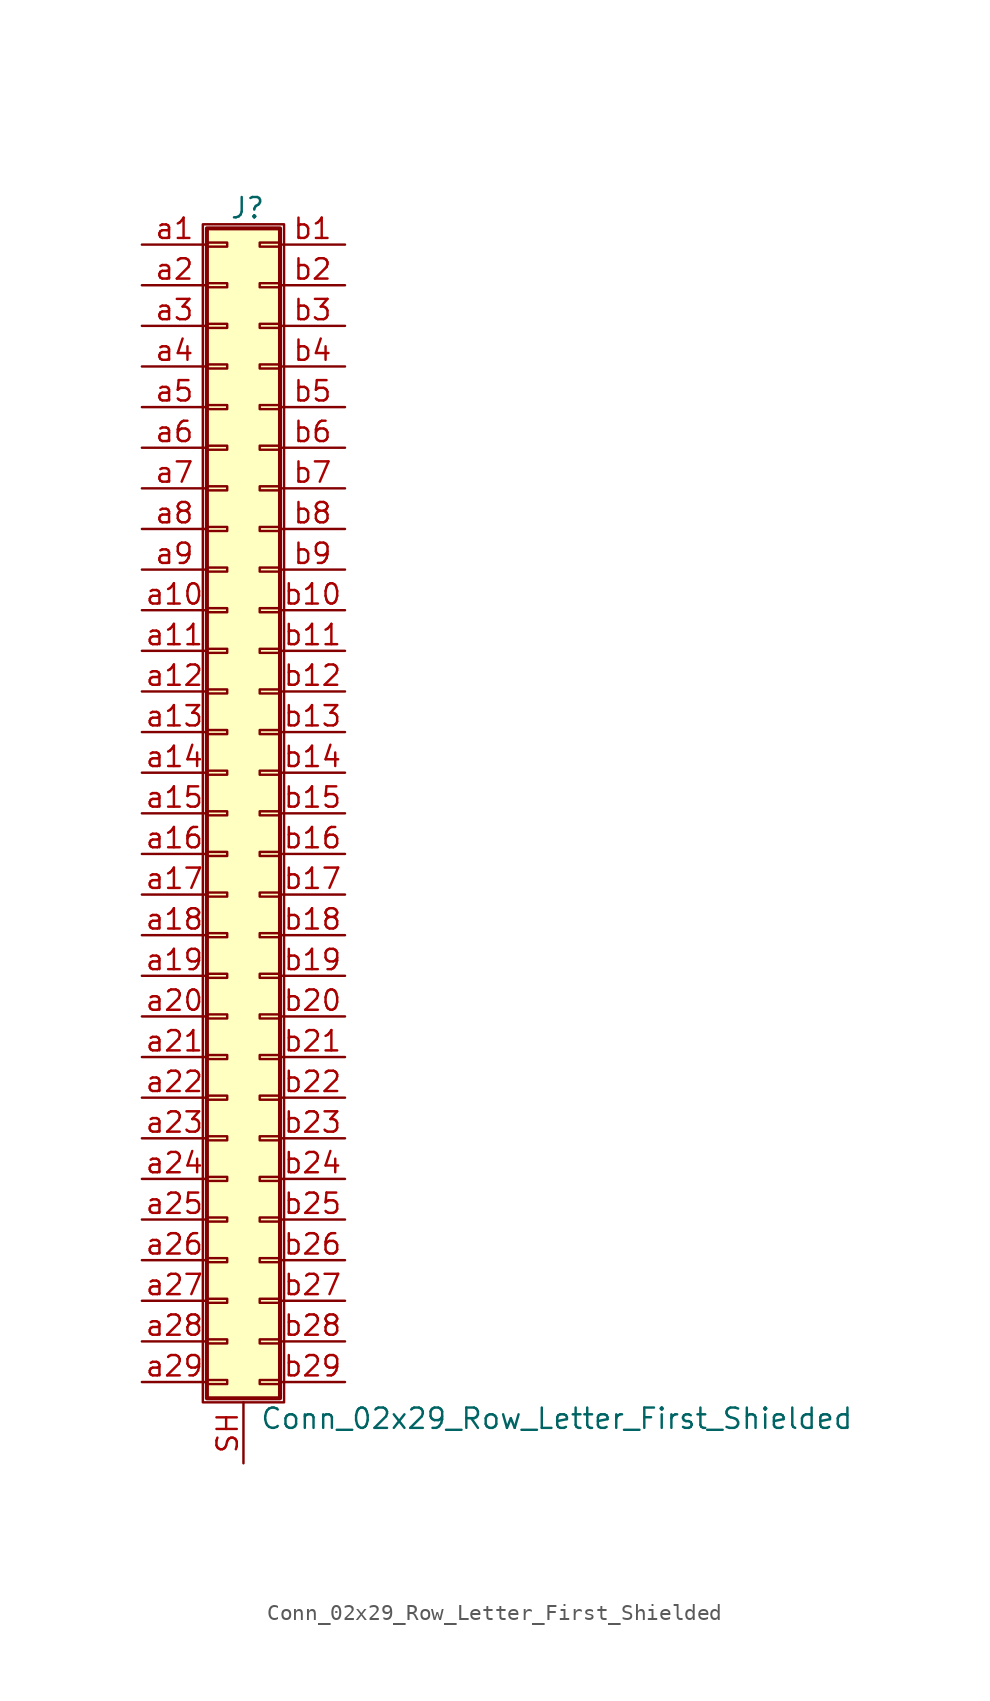
<source format=kicad_sym>
(kicad_symbol_lib
  (version 20211014)
  (generator kicad_symbol_editor)
  (symbol "Conn_02x29_Row_Letter_First_Shielded"
    (pin_names
      (offset 1.016) hide)
    (property "Reference" "J"
      (at 1.524 37.846 0)
      (effects (font (size 1.27 1.27))))
    (property "Value" "Conn_02x29_Row_Letter_First_Shielded"
      (at 2.286 -37.846 0)
      (effects (font (size 1.27 1.27)) (justify left)))
    (symbol "Conn_02x29_Row_Letter_First_Shielded_1_1"
      (rectangle (start -1.27 36.83) (end 3.81 -36.83) (stroke (width 0.152) (type default) (color 0 0 0 0)) (fill (type none)))
      (rectangle (start -1.016 -35.433) (end 0.254 -35.687) (stroke (width 0.152) (type default) (color 0 0 0 0)) (fill (type none)))
      (rectangle (start -1.016 -32.893) (end 0.254 -33.147) (stroke (width 0.152) (type default) (color 0 0 0 0)) (fill (type none)))
      (rectangle (start -1.016 -30.353) (end 0.254 -30.607) (stroke (width 0.152) (type default) (color 0 0 0 0)) (fill (type none)))
      (rectangle (start -1.016 -27.813) (end 0.254 -28.067) (stroke (width 0.152) (type default) (color 0 0 0 0)) (fill (type none)))
      (rectangle (start -1.016 -25.273) (end 0.254 -25.527) (stroke (width 0.152) (type default) (color 0 0 0 0)) (fill (type none)))
      (rectangle (start -1.016 -22.733) (end 0.254 -22.987) (stroke (width 0.152) (type default) (color 0 0 0 0)) (fill (type none)))
      (rectangle (start -1.016 -20.193) (end 0.254 -20.447) (stroke (width 0.152) (type default) (color 0 0 0 0)) (fill (type none)))
      (rectangle (start -1.016 -17.653) (end 0.254 -17.907) (stroke (width 0.152) (type default) (color 0 0 0 0)) (fill (type none)))
      (rectangle (start -1.016 -15.113) (end 0.254 -15.367) (stroke (width 0.152) (type default) (color 0 0 0 0)) (fill (type none)))
      (rectangle (start -1.016 -12.573) (end 0.254 -12.827) (stroke (width 0.152) (type default) (color 0 0 0 0)) (fill (type none)))
      (rectangle (start -1.016 -10.033) (end 0.254 -10.287) (stroke (width 0.152) (type default) (color 0 0 0 0)) (fill (type none)))
      (rectangle (start -1.016 -7.493) (end 0.254 -7.747) (stroke (width 0.152) (type default) (color 0 0 0 0)) (fill (type none)))
      (rectangle (start -1.016 -4.953) (end 0.254 -5.207) (stroke (width 0.152) (type default) (color 0 0 0 0)) (fill (type none)))
      (rectangle (start -1.016 -2.413) (end 0.254 -2.667) (stroke (width 0.152) (type default) (color 0 0 0 0)) (fill (type none)))
      (rectangle (start -1.016 0.127) (end 0.254 -0.127) (stroke (width 0.152) (type default) (color 0 0 0 0)) (fill (type none)))
      (rectangle (start -1.016 2.667) (end 0.254 2.413) (stroke (width 0.152) (type default) (color 0 0 0 0)) (fill (type none)))
      (rectangle (start -1.016 5.207) (end 0.254 4.953) (stroke (width 0.152) (type default) (color 0 0 0 0)) (fill (type none)))
      (rectangle (start -1.016 7.747) (end 0.254 7.493) (stroke (width 0.152) (type default) (color 0 0 0 0)) (fill (type none)))
      (rectangle (start -1.016 10.287) (end 0.254 10.033) (stroke (width 0.152) (type default) (color 0 0 0 0)) (fill (type none)))
      (rectangle (start -1.016 12.827) (end 0.254 12.573) (stroke (width 0.152) (type default) (color 0 0 0 0)) (fill (type none)))
      (rectangle (start -1.016 15.367) (end 0.254 15.113) (stroke (width 0.152) (type default) (color 0 0 0 0)) (fill (type none)))
      (rectangle (start -1.016 17.907) (end 0.254 17.653) (stroke (width 0.152) (type default) (color 0 0 0 0)) (fill (type none)))
      (rectangle (start -1.016 20.447) (end 0.254 20.193) (stroke (width 0.152) (type default) (color 0 0 0 0)) (fill (type none)))
      (rectangle (start -1.016 22.987) (end 0.254 22.733) (stroke (width 0.152) (type default) (color 0 0 0 0)) (fill (type none)))
      (rectangle (start -1.016 25.527) (end 0.254 25.273) (stroke (width 0.152) (type default) (color 0 0 0 0)) (fill (type none)))
      (rectangle (start -1.016 28.067) (end 0.254 27.813) (stroke (width 0.152) (type default) (color 0 0 0 0)) (fill (type none)))
      (rectangle (start -1.016 30.607) (end 0.254 30.353) (stroke (width 0.152) (type default) (color 0 0 0 0)) (fill (type none)))
      (rectangle (start -1.016 33.147) (end 0.254 32.893) (stroke (width 0.152) (type default) (color 0 0 0 0)) (fill (type none)))
      (rectangle (start -1.016 35.687) (end 0.254 35.433) (stroke (width 0.152) (type default) (color 0 0 0 0)) (fill (type none)))
      (rectangle (start -1.016 36.576) (end 3.556 -36.576) (stroke (width 0.254) (type default) (color 0 0 0 0)) (fill (type background)))
      (rectangle (start 3.556 -35.433) (end 2.286 -35.687) (stroke (width 0.152) (type default) (color 0 0 0 0)) (fill (type none)))
      (rectangle (start 3.556 -32.893) (end 2.286 -33.147) (stroke (width 0.152) (type default) (color 0 0 0 0)) (fill (type none)))
      (rectangle (start 3.556 -30.353) (end 2.286 -30.607) (stroke (width 0.152) (type default) (color 0 0 0 0)) (fill (type none)))
      (rectangle (start 3.556 -27.813) (end 2.286 -28.067) (stroke (width 0.152) (type default) (color 0 0 0 0)) (fill (type none)))
      (rectangle (start 3.556 -25.273) (end 2.286 -25.527) (stroke (width 0.152) (type default) (color 0 0 0 0)) (fill (type none)))
      (rectangle (start 3.556 -22.733) (end 2.286 -22.987) (stroke (width 0.152) (type default) (color 0 0 0 0)) (fill (type none)))
      (rectangle (start 3.556 -20.193) (end 2.286 -20.447) (stroke (width 0.152) (type default) (color 0 0 0 0)) (fill (type none)))
      (rectangle (start 3.556 -17.653) (end 2.286 -17.907) (stroke (width 0.152) (type default) (color 0 0 0 0)) (fill (type none)))
      (rectangle (start 3.556 -15.113) (end 2.286 -15.367) (stroke (width 0.152) (type default) (color 0 0 0 0)) (fill (type none)))
      (rectangle (start 3.556 -12.573) (end 2.286 -12.827) (stroke (width 0.152) (type default) (color 0 0 0 0)) (fill (type none)))
      (rectangle (start 3.556 -10.033) (end 2.286 -10.287) (stroke (width 0.152) (type default) (color 0 0 0 0)) (fill (type none)))
      (rectangle (start 3.556 -7.493) (end 2.286 -7.747) (stroke (width 0.152) (type default) (color 0 0 0 0)) (fill (type none)))
      (rectangle (start 3.556 -4.953) (end 2.286 -5.207) (stroke (width 0.152) (type default) (color 0 0 0 0)) (fill (type none)))
      (rectangle (start 3.556 -2.413) (end 2.286 -2.667) (stroke (width 0.152) (type default) (color 0 0 0 0)) (fill (type none)))
      (rectangle (start 3.556 0.127) (end 2.286 -0.127) (stroke (width 0.152) (type default) (color 0 0 0 0)) (fill (type none)))
      (rectangle (start 3.556 2.667) (end 2.286 2.413) (stroke (width 0.152) (type default) (color 0 0 0 0)) (fill (type none)))
      (rectangle (start 3.556 5.207) (end 2.286 4.953) (stroke (width 0.152) (type default) (color 0 0 0 0)) (fill (type none)))
      (rectangle (start 3.556 7.747) (end 2.286 7.493) (stroke (width 0.152) (type default) (color 0 0 0 0)) (fill (type none)))
      (rectangle (start 3.556 10.287) (end 2.286 10.033) (stroke (width 0.152) (type default) (color 0 0 0 0)) (fill (type none)))
      (rectangle (start 3.556 12.827) (end 2.286 12.573) (stroke (width 0.152) (type default) (color 0 0 0 0)) (fill (type none)))
      (rectangle (start 3.556 15.367) (end 2.286 15.113) (stroke (width 0.152) (type default) (color 0 0 0 0)) (fill (type none)))
      (rectangle (start 3.556 17.907) (end 2.286 17.653) (stroke (width 0.152) (type default) (color 0 0 0 0)) (fill (type none)))
      (rectangle (start 3.556 20.447) (end 2.286 20.193) (stroke (width 0.152) (type default) (color 0 0 0 0)) (fill (type none)))
      (rectangle (start 3.556 22.987) (end 2.286 22.733) (stroke (width 0.152) (type default) (color 0 0 0 0)) (fill (type none)))
      (rectangle (start 3.556 25.527) (end 2.286 25.273) (stroke (width 0.152) (type default) (color 0 0 0 0)) (fill (type none)))
      (rectangle (start 3.556 28.067) (end 2.286 27.813) (stroke (width 0.152) (type default) (color 0 0 0 0)) (fill (type none)))
      (rectangle (start 3.556 30.607) (end 2.286 30.353) (stroke (width 0.152) (type default) (color 0 0 0 0)) (fill (type none)))
      (rectangle (start 3.556 33.147) (end 2.286 32.893) (stroke (width 0.152) (type default) (color 0 0 0 0)) (fill (type none)))
      (rectangle (start 3.556 35.687) (end 2.286 35.433) (stroke (width 0.152) (type default) (color 0 0 0 0)) (fill (type none)))
      (pin passive line (at 1.27 -40.64 90) (length 3.81) (name "Shield" (effects (font (size 1.27 1.27)))) (number "SH" (effects (font (size 1.27 1.27)))))
      (pin passive line (at -5.08 35.56 0) (length 4.064) (name "Pin_a1" (effects (font (size 1.27 1.27)))) (number "a1" (effects (font (size 1.27 1.27)))))
      (pin passive line (at -5.08 12.7 0) (length 4.064) (name "Pin_a10" (effects (font (size 1.27 1.27)))) (number "a10" (effects (font (size 1.27 1.27)))))
      (pin passive line (at -5.08 10.16 0) (length 4.064) (name "Pin_a11" (effects (font (size 1.27 1.27)))) (number "a11" (effects (font (size 1.27 1.27)))))
      (pin passive line (at -5.08 7.62 0) (length 4.064) (name "Pin_a12" (effects (font (size 1.27 1.27)))) (number "a12" (effects (font (size 1.27 1.27)))))
      (pin passive line (at -5.08 5.08 0) (length 4.064) (name "Pin_a13" (effects (font (size 1.27 1.27)))) (number "a13" (effects (font (size 1.27 1.27)))))
      (pin passive line (at -5.08 2.54 0) (length 4.064) (name "Pin_a14" (effects (font (size 1.27 1.27)))) (number "a14" (effects (font (size 1.27 1.27)))))
      (pin passive line (at -5.08 0 0) (length 4.064) (name "Pin_a15" (effects (font (size 1.27 1.27)))) (number "a15" (effects (font (size 1.27 1.27)))))
      (pin passive line (at -5.08 -2.54 0) (length 4.064) (name "Pin_a16" (effects (font (size 1.27 1.27)))) (number "a16" (effects (font (size 1.27 1.27)))))
      (pin passive line (at -5.08 -5.08 0) (length 4.064) (name "Pin_a17" (effects (font (size 1.27 1.27)))) (number "a17" (effects (font (size 1.27 1.27)))))
      (pin passive line (at -5.08 -7.62 0) (length 4.064) (name "Pin_a18" (effects (font (size 1.27 1.27)))) (number "a18" (effects (font (size 1.27 1.27)))))
      (pin passive line (at -5.08 -10.16 0) (length 4.064) (name "Pin_a19" (effects (font (size 1.27 1.27)))) (number "a19" (effects (font (size 1.27 1.27)))))
      (pin passive line (at -5.08 33.02 0) (length 4.064) (name "Pin_a2" (effects (font (size 1.27 1.27)))) (number "a2" (effects (font (size 1.27 1.27)))))
      (pin passive line (at -5.08 -12.7 0) (length 4.064) (name "Pin_a20" (effects (font (size 1.27 1.27)))) (number "a20" (effects (font (size 1.27 1.27)))))
      (pin passive line (at -5.08 -15.24 0) (length 4.064) (name "Pin_a21" (effects (font (size 1.27 1.27)))) (number "a21" (effects (font (size 1.27 1.27)))))
      (pin passive line (at -5.08 -17.78 0) (length 4.064) (name "Pin_a22" (effects (font (size 1.27 1.27)))) (number "a22" (effects (font (size 1.27 1.27)))))
      (pin passive line (at -5.08 -20.32 0) (length 4.064) (name "Pin_a23" (effects (font (size 1.27 1.27)))) (number "a23" (effects (font (size 1.27 1.27)))))
      (pin passive line (at -5.08 -22.86 0) (length 4.064) (name "Pin_a24" (effects (font (size 1.27 1.27)))) (number "a24" (effects (font (size 1.27 1.27)))))
      (pin passive line (at -5.08 -25.4 0) (length 4.064) (name "Pin_a25" (effects (font (size 1.27 1.27)))) (number "a25" (effects (font (size 1.27 1.27)))))
      (pin passive line (at -5.08 -27.94 0) (length 4.064) (name "Pin_a26" (effects (font (size 1.27 1.27)))) (number "a26" (effects (font (size 1.27 1.27)))))
      (pin passive line (at -5.08 -30.48 0) (length 4.064) (name "Pin_a27" (effects (font (size 1.27 1.27)))) (number "a27" (effects (font (size 1.27 1.27)))))
      (pin passive line (at -5.08 -33.02 0) (length 4.064) (name "Pin_a28" (effects (font (size 1.27 1.27)))) (number "a28" (effects (font (size 1.27 1.27)))))
      (pin passive line (at -5.08 -35.56 0) (length 4.064) (name "Pin_a29" (effects (font (size 1.27 1.27)))) (number "a29" (effects (font (size 1.27 1.27)))))
      (pin passive line (at -5.08 30.48 0) (length 4.064) (name "Pin_a3" (effects (font (size 1.27 1.27)))) (number "a3" (effects (font (size 1.27 1.27)))))
      (pin passive line (at -5.08 27.94 0) (length 4.064) (name "Pin_a4" (effects (font (size 1.27 1.27)))) (number "a4" (effects (font (size 1.27 1.27)))))
      (pin passive line (at -5.08 25.4 0) (length 4.064) (name "Pin_a5" (effects (font (size 1.27 1.27)))) (number "a5" (effects (font (size 1.27 1.27)))))
      (pin passive line (at -5.08 22.86 0) (length 4.064) (name "Pin_a6" (effects (font (size 1.27 1.27)))) (number "a6" (effects (font (size 1.27 1.27)))))
      (pin passive line (at -5.08 20.32 0) (length 4.064) (name "Pin_a7" (effects (font (size 1.27 1.27)))) (number "a7" (effects (font (size 1.27 1.27)))))
      (pin passive line (at -5.08 17.78 0) (length 4.064) (name "Pin_a8" (effects (font (size 1.27 1.27)))) (number "a8" (effects (font (size 1.27 1.27)))))
      (pin passive line (at -5.08 15.24 0) (length 4.064) (name "Pin_a9" (effects (font (size 1.27 1.27)))) (number "a9" (effects (font (size 1.27 1.27)))))
      (pin passive line (at 7.62 35.56 180) (length 4.064) (name "Pin_b1" (effects (font (size 1.27 1.27)))) (number "b1" (effects (font (size 1.27 1.27)))))
      (pin passive line (at 7.62 12.7 180) (length 4.064) (name "Pin_b10" (effects (font (size 1.27 1.27)))) (number "b10" (effects (font (size 1.27 1.27)))))
      (pin passive line (at 7.62 10.16 180) (length 4.064) (name "Pin_b11" (effects (font (size 1.27 1.27)))) (number "b11" (effects (font (size 1.27 1.27)))))
      (pin passive line (at 7.62 7.62 180) (length 4.064) (name "Pin_b12" (effects (font (size 1.27 1.27)))) (number "b12" (effects (font (size 1.27 1.27)))))
      (pin passive line (at 7.62 5.08 180) (length 4.064) (name "Pin_b13" (effects (font (size 1.27 1.27)))) (number "b13" (effects (font (size 1.27 1.27)))))
      (pin passive line (at 7.62 2.54 180) (length 4.064) (name "Pin_b14" (effects (font (size 1.27 1.27)))) (number "b14" (effects (font (size 1.27 1.27)))))
      (pin passive line (at 7.62 0 180) (length 4.064) (name "Pin_b15" (effects (font (size 1.27 1.27)))) (number "b15" (effects (font (size 1.27 1.27)))))
      (pin passive line (at 7.62 -2.54 180) (length 4.064) (name "Pin_b16" (effects (font (size 1.27 1.27)))) (number "b16" (effects (font (size 1.27 1.27)))))
      (pin passive line (at 7.62 -5.08 180) (length 4.064) (name "Pin_b17" (effects (font (size 1.27 1.27)))) (number "b17" (effects (font (size 1.27 1.27)))))
      (pin passive line (at 7.62 -7.62 180) (length 4.064) (name "Pin_b18" (effects (font (size 1.27 1.27)))) (number "b18" (effects (font (size 1.27 1.27)))))
      (pin passive line (at 7.62 -10.16 180) (length 4.064) (name "Pin_b19" (effects (font (size 1.27 1.27)))) (number "b19" (effects (font (size 1.27 1.27)))))
      (pin passive line (at 7.62 33.02 180) (length 4.064) (name "Pin_b2" (effects (font (size 1.27 1.27)))) (number "b2" (effects (font (size 1.27 1.27)))))
      (pin passive line (at 7.62 -12.7 180) (length 4.064) (name "Pin_b20" (effects (font (size 1.27 1.27)))) (number "b20" (effects (font (size 1.27 1.27)))))
      (pin passive line (at 7.62 -15.24 180) (length 4.064) (name "Pin_b21" (effects (font (size 1.27 1.27)))) (number "b21" (effects (font (size 1.27 1.27)))))
      (pin passive line (at 7.62 -17.78 180) (length 4.064) (name "Pin_b22" (effects (font (size 1.27 1.27)))) (number "b22" (effects (font (size 1.27 1.27)))))
      (pin passive line (at 7.62 -20.32 180) (length 4.064) (name "Pin_b23" (effects (font (size 1.27 1.27)))) (number "b23" (effects (font (size 1.27 1.27)))))
      (pin passive line (at 7.62 -22.86 180) (length 4.064) (name "Pin_b24" (effects (font (size 1.27 1.27)))) (number "b24" (effects (font (size 1.27 1.27)))))
      (pin passive line (at 7.62 -25.4 180) (length 4.064) (name "Pin_b25" (effects (font (size 1.27 1.27)))) (number "b25" (effects (font (size 1.27 1.27)))))
      (pin passive line (at 7.62 -27.94 180) (length 4.064) (name "Pin_b26" (effects (font (size 1.27 1.27)))) (number "b26" (effects (font (size 1.27 1.27)))))
      (pin passive line (at 7.62 -30.48 180) (length 4.064) (name "Pin_b27" (effects (font (size 1.27 1.27)))) (number "b27" (effects (font (size 1.27 1.27)))))
      (pin passive line (at 7.62 -33.02 180) (length 4.064) (name "Pin_b28" (effects (font (size 1.27 1.27)))) (number "b28" (effects (font (size 1.27 1.27)))))
      (pin passive line (at 7.62 -35.56 180) (length 4.064) (name "Pin_b29" (effects (font (size 1.27 1.27)))) (number "b29" (effects (font (size 1.27 1.27)))))
      (pin passive line (at 7.62 30.48 180) (length 4.064) (name "Pin_b3" (effects (font (size 1.27 1.27)))) (number "b3" (effects (font (size 1.27 1.27)))))
      (pin passive line (at 7.62 27.94 180) (length 4.064) (name "Pin_b4" (effects (font (size 1.27 1.27)))) (number "b4" (effects (font (size 1.27 1.27)))))
      (pin passive line (at 7.62 25.4 180) (length 4.064) (name "Pin_b5" (effects (font (size 1.27 1.27)))) (number "b5" (effects (font (size 1.27 1.27)))))
      (pin passive line (at 7.62 22.86 180) (length 4.064) (name "Pin_b6" (effects (font (size 1.27 1.27)))) (number "b6" (effects (font (size 1.27 1.27)))))
      (pin passive line (at 7.62 20.32 180) (length 4.064) (name "Pin_b7" (effects (font (size 1.27 1.27)))) (number "b7" (effects (font (size 1.27 1.27)))))
      (pin passive line (at 7.62 17.78 180) (length 4.064) (name "Pin_b8" (effects (font (size 1.27 1.27)))) (number "b8" (effects (font (size 1.27 1.27)))))
      (pin passive line (at 7.62 15.24 180) (length 4.064) (name "Pin_b9" (effects (font (size 1.27 1.27)))) (number "b9" (effects (font (size 1.27 1.27))))))))
</source>
